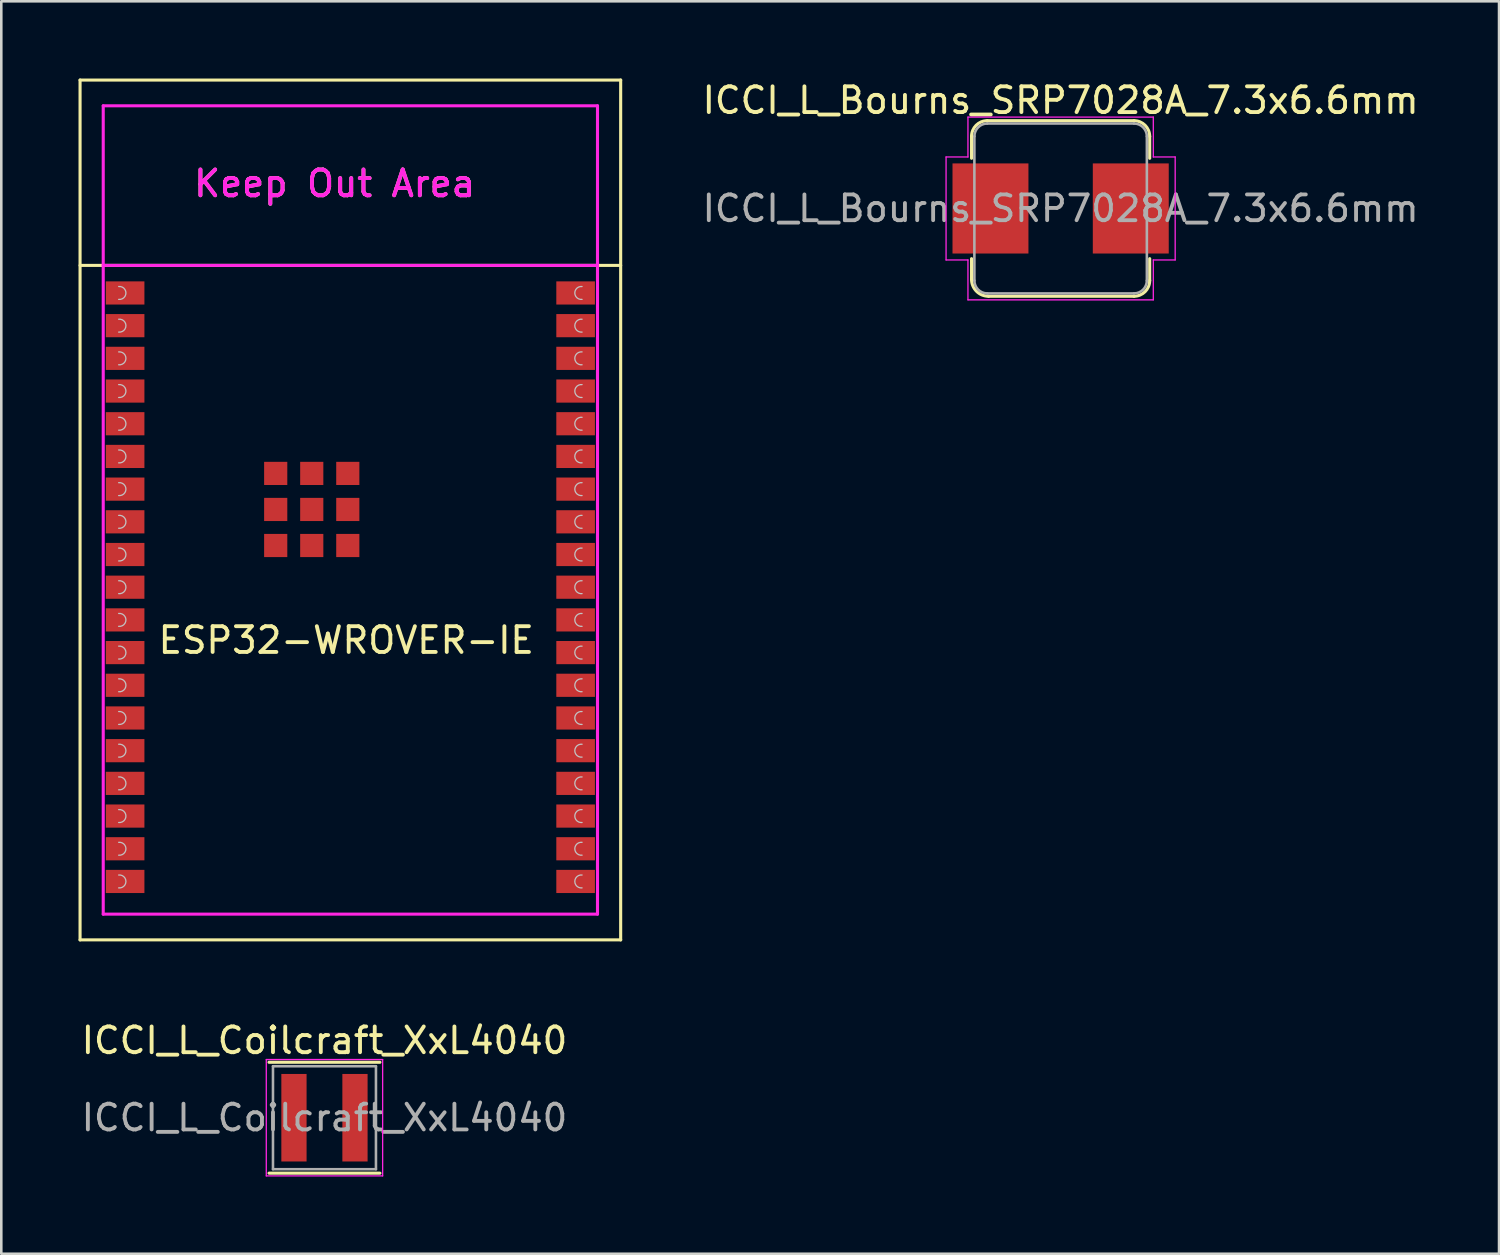
<source format=kicad_pcb>
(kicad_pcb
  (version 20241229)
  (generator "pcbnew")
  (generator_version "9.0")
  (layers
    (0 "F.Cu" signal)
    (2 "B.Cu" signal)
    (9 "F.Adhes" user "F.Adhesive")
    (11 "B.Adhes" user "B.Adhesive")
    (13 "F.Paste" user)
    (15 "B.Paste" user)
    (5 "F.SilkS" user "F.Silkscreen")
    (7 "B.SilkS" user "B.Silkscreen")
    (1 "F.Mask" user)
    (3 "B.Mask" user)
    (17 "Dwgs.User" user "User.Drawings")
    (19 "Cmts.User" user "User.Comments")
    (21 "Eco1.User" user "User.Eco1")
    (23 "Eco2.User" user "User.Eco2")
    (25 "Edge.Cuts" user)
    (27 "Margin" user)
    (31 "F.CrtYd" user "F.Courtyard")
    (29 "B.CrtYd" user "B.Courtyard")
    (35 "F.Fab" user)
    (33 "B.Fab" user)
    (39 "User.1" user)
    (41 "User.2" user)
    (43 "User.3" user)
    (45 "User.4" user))
  (footprint "ICCI_L_Bourns_SRP7028A_7.3x6.6mm"
    (layer "F.Cu")
    (at 38.15 5.048)
    (property "Reference" "ICCI_L_Bourns_SRP7028A_7.3x6.6mm" (at 0 -4.2 0) (layer "F.SilkS") (effects (font (size 1 1) (thickness 0.15))))
    (attr smd)
    (fp_line (start -3.46 -1.95) (end -3.46 -2.8) (stroke (width 0.12) (type solid)) (layer "F.SilkS"))
    (fp_line (start -3.46 2.75) (end -3.46 1.95) (stroke (width 0.12) (type solid)) (layer "F.SilkS"))
    (fp_line (start -2.85 -3.41) (end 2.85 -3.41) (stroke (width 0.12) (type solid)) (layer "F.SilkS"))
    (fp_line (start 2.85 3.41) (end -2.8 3.41) (stroke (width 0.12) (type solid)) (layer "F.SilkS"))
    (fp_line (start 3.46 -2.8) (end 3.46 -1.95) (stroke (width 0.12) (type solid)) (layer "F.SilkS"))
    (fp_line (start 3.46 1.95) (end 3.46 2.8) (stroke (width 0.12) (type solid)) (layer "F.SilkS"))
    (fp_arc (start -3.46 -2.8) (mid -3.281335 -3.231335) (end -2.85 -3.41) (stroke (width 0.12) (type solid)) (layer "F.SilkS"))
    (fp_arc (start -2.8 3.41) (mid -3.26669 3.21669) (end -3.46 2.75) (stroke (width 0.12) (type solid)) (layer "F.SilkS"))
    (fp_arc (start 2.85 -3.41) (mid 3.281335 -3.231335) (end 3.46 -2.8) (stroke (width 0.12) (type solid)) (layer "F.SilkS"))
    (fp_arc (start 3.46 2.8) (mid 3.281335 3.231335) (end 2.85 3.41) (stroke (width 0.12) (type solid)) (layer "F.SilkS"))
    (fp_line (start -4.45 -2) (end -3.6 -2) (stroke (width 0.05) (type solid)) (layer "F.CrtYd"))
    (fp_line (start -4.45 2) (end -4.45 -2) (stroke (width 0.05) (type solid)) (layer "F.CrtYd"))
    (fp_line (start -3.6 -3.55) (end 3.6 -3.55) (stroke (width 0.05) (type solid)) (layer "F.CrtYd"))
    (fp_line (start -3.6 -2) (end -3.6 -3.55) (stroke (width 0.05) (type solid)) (layer "F.CrtYd"))
    (fp_line (start -3.6 2) (end -4.45 2) (stroke (width 0.05) (type solid)) (layer "F.CrtYd"))
    (fp_line (start -3.6 3.55) (end -3.6 2) (stroke (width 0.05) (type solid)) (layer "F.CrtYd"))
    (fp_line (start 3.6 -3.55) (end 3.6 -2) (stroke (width 0.05) (type solid)) (layer "F.CrtYd"))
    (fp_line (start 3.6 -2) (end 4.45 -2) (stroke (width 0.05) (type solid)) (layer "F.CrtYd"))
    (fp_line (start 3.6 2) (end 3.6 3.55) (stroke (width 0.05) (type solid)) (layer "F.CrtYd"))
    (fp_line (start 3.6 3.55) (end -3.6 3.55) (stroke (width 0.05) (type solid)) (layer "F.CrtYd"))
    (fp_line (start 4.45 -2) (end 4.45 2) (stroke (width 0.05) (type solid)) (layer "F.CrtYd"))
    (fp_line (start 4.45 2) (end 3.6 2) (stroke (width 0.05) (type solid)) (layer "F.CrtYd"))
    (fp_line (start -3.35 2.8) (end -3.35 -2.8) (stroke (width 0.1) (type solid)) (layer "F.Fab"))
    (fp_line (start -2.85 -3.3) (end 2.85 -3.3) (stroke (width 0.1) (type solid)) (layer "F.Fab"))
    (fp_line (start 2.85 3.3) (end -2.85 3.3) (stroke (width 0.1) (type solid)) (layer "F.Fab"))
    (fp_line (start 3.35 -2.8) (end 3.35 2.8) (stroke (width 0.1) (type solid)) (layer "F.Fab"))
    (fp_arc (start -3.35 -2.8) (mid -3.203553 -3.153553) (end -2.85 -3.3) (stroke (width 0.1) (type solid)) (layer "F.Fab"))
    (fp_arc (start -2.85 3.3) (mid -3.203553 3.153553) (end -3.35 2.8) (stroke (width 0.1) (type solid)) (layer "F.Fab"))
    (fp_arc (start 2.85 -3.3) (mid 3.203553 -3.153553) (end 3.35 -2.8) (stroke (width 0.1) (type solid)) (layer "F.Fab"))
    (fp_arc (start 3.35 2.8) (mid 3.203553 3.153553) (end 2.85 3.3) (stroke (width 0.1) (type solid)) (layer "F.Fab"))
    (fp_text user "${REFERENCE}" (at 0 0 0) (layer "F.Fab") (effects (font (size 1 1) (thickness 0.15))))
    (pad "1" smd rect (at -2.725 0) (size 2.95 3.5) (layers "F.Cu" "F.Mask" "F.Paste"))
    (pad "2" smd rect (at 2.725 0) (size 2.95 3.5) (layers "F.Cu" "F.Mask" "F.Paste")))
  (footprint "ESP32-WROVER-IE"
    (layer "F.Cu")
    (at 10.56 19.76)
    (property "Reference" "ESP32-WROVER-IE" (at -0.16 2.06 0) (layer "F.SilkS") (effects (font (size 1 1) (thickness 0.15))))
    (attr through_hole)
    (fp_line (start -10.5 -19.7) (end -10.5 13.7) (stroke (width 0.12) (type solid)) (layer "F.SilkS"))
    (fp_line (start -10.5 13.7) (end 10.5 13.7) (stroke (width 0.12) (type solid)) (layer "F.SilkS"))
    (fp_line (start 10.5 -19.7) (end -10.5 -19.7) (stroke (width 0.12) (type solid)) (layer "F.SilkS"))
    (fp_line (start 10.5 -12.5) (end -10.5 -12.5) (stroke (width 0.12) (type solid)) (layer "F.SilkS"))
    (fp_line (start 10.5 13.7) (end 10.5 -19.7) (stroke (width 0.12) (type solid)) (layer "F.SilkS"))
    (fp_arc (start -9 -11.68) (mid -8.718206 -11.43) (end -9 -11.18) (stroke (width 0.05) (type solid)) (layer "Dwgs.User"))
    (fp_arc (start -9 -10.41) (mid -8.718206 -10.16) (end -9 -9.91) (stroke (width 0.05) (type solid)) (layer "Dwgs.User"))
    (fp_arc (start -9 -9.14) (mid -8.718206 -8.89) (end -9 -8.64) (stroke (width 0.05) (type solid)) (layer "Dwgs.User"))
    (fp_arc (start -9 -7.87) (mid -8.718206 -7.62) (end -9 -7.37) (stroke (width 0.05) (type solid)) (layer "Dwgs.User"))
    (fp_arc (start -9 -6.6) (mid -8.718206 -6.35) (end -9 -6.1) (stroke (width 0.05) (type solid)) (layer "Dwgs.User"))
    (fp_arc (start -9 -5.33) (mid -8.718206 -5.08) (end -9 -4.83) (stroke (width 0.05) (type solid)) (layer "Dwgs.User"))
    (fp_arc (start -9 -4.06) (mid -8.718206 -3.81) (end -9 -3.56) (stroke (width 0.05) (type solid)) (layer "Dwgs.User"))
    (fp_arc (start -9 -2.79) (mid -8.718206 -2.54) (end -9 -2.29) (stroke (width 0.05) (type solid)) (layer "Dwgs.User"))
    (fp_arc (start -9 -1.52) (mid -8.718206 -1.27) (end -9 -1.02) (stroke (width 0.05) (type solid)) (layer "Dwgs.User"))
    (fp_arc (start -9 -0.25) (mid -8.718206 0) (end -9 0.25) (stroke (width 0.05) (type solid)) (layer "Dwgs.User"))
    (fp_arc (start -9 1.02) (mid -8.718206 1.27) (end -9 1.52) (stroke (width 0.05) (type solid)) (layer "Dwgs.User"))
    (fp_arc (start -9 2.29) (mid -8.718206 2.54) (end -9 2.79) (stroke (width 0.05) (type solid)) (layer "Dwgs.User"))
    (fp_arc (start -9 3.56) (mid -8.718206 3.81) (end -9 4.06) (stroke (width 0.05) (type solid)) (layer "Dwgs.User"))
    (fp_arc (start -9 4.83) (mid -8.718206 5.08) (end -9 5.33) (stroke (width 0.05) (type solid)) (layer "Dwgs.User"))
    (fp_arc (start -9 6.1) (mid -8.718206 6.35) (end -9 6.6) (stroke (width 0.05) (type solid)) (layer "Dwgs.User"))
    (fp_arc (start -9 7.37) (mid -8.718206 7.62) (end -9 7.87) (stroke (width 0.05) (type solid)) (layer "Dwgs.User"))
    (fp_arc (start -9 8.64) (mid -8.718206 8.89) (end -9 9.14) (stroke (width 0.05) (type solid)) (layer "Dwgs.User"))
    (fp_arc (start -9 9.91) (mid -8.718206 10.16) (end -9 10.41) (stroke (width 0.05) (type solid)) (layer "Dwgs.User"))
    (fp_arc (start -9 11.18) (mid -8.718206 11.43) (end -9 11.68) (stroke (width 0.05) (type solid)) (layer "Dwgs.User"))
    (fp_arc (start 9 -11.18) (mid 8.718206 -11.43) (end 9 -11.68) (stroke (width 0.05) (type solid)) (layer "Dwgs.User"))
    (fp_arc (start 9 -9.91) (mid 8.718206 -10.16) (end 9 -10.41) (stroke (width 0.05) (type solid)) (layer "Dwgs.User"))
    (fp_arc (start 9 -8.64) (mid 8.718206 -8.89) (end 9 -9.14) (stroke (width 0.05) (type solid)) (layer "Dwgs.User"))
    (fp_arc (start 9 -7.37) (mid 8.718206 -7.62) (end 9 -7.87) (stroke (width 0.05) (type solid)) (layer "Dwgs.User"))
    (fp_arc (start 9 -6.1) (mid 8.718206 -6.35) (end 9 -6.6) (stroke (width 0.05) (type solid)) (layer "Dwgs.User"))
    (fp_arc (start 9 -4.83) (mid 8.718206 -5.08) (end 9 -5.33) (stroke (width 0.05) (type solid)) (layer "Dwgs.User"))
    (fp_arc (start 9 -3.56) (mid 8.718206 -3.81) (end 9 -4.06) (stroke (width 0.05) (type solid)) (layer "Dwgs.User"))
    (fp_arc (start 9 -2.29) (mid 8.718206 -2.54) (end 9 -2.79) (stroke (width 0.05) (type solid)) (layer "Dwgs.User"))
    (fp_arc (start 9 -1.02) (mid 8.718206 -1.27) (end 9 -1.52) (stroke (width 0.05) (type solid)) (layer "Dwgs.User"))
    (fp_arc (start 9 0.25) (mid 8.718206 0) (end 9 -0.25) (stroke (width 0.05) (type solid)) (layer "Dwgs.User"))
    (fp_arc (start 9 1.52) (mid 8.718206 1.27) (end 9 1.02) (stroke (width 0.05) (type solid)) (layer "Dwgs.User"))
    (fp_arc (start 9 2.79) (mid 8.718206 2.54) (end 9 2.29) (stroke (width 0.05) (type solid)) (layer "Dwgs.User"))
    (fp_arc (start 9 4.06) (mid 8.718206 3.81) (end 9 3.56) (stroke (width 0.05) (type solid)) (layer "Dwgs.User"))
    (fp_arc (start 9 5.33) (mid 8.718206 5.08) (end 9 4.83) (stroke (width 0.05) (type solid)) (layer "Dwgs.User"))
    (fp_arc (start 9 6.6) (mid 8.718206 6.35) (end 9 6.1) (stroke (width 0.05) (type solid)) (layer "Dwgs.User"))
    (fp_arc (start 9 7.87) (mid 8.718206 7.62) (end 9 7.37) (stroke (width 0.05) (type solid)) (layer "Dwgs.User"))
    (fp_arc (start 9 9.14) (mid 8.718206 8.89) (end 9 8.64) (stroke (width 0.05) (type solid)) (layer "Dwgs.User"))
    (fp_arc (start 9 10.41) (mid 8.718206 10.16) (end 9 9.91) (stroke (width 0.05) (type solid)) (layer "Dwgs.User"))
    (fp_arc (start 9 11.68) (mid 8.718206 11.43) (end 9 11.18) (stroke (width 0.05) (type solid)) (layer "Dwgs.User"))
    (fp_line (start -9.6 -18.7) (end 9.6 -18.7) (stroke (width 0.12) (type solid)) (layer "F.CrtYd"))
    (fp_line (start -9.6 12.7) (end -9.6 -18.7) (stroke (width 0.12) (type solid)) (layer "F.CrtYd"))
    (fp_line (start 9.6 -12.5) (end -9.6 -12.5) (stroke (width 0.12) (type solid)) (layer "F.CrtYd"))
    (fp_line (start 9.6 12.7) (end -9.6 12.7) (stroke (width 0.12) (type solid)) (layer "F.CrtYd"))
    (fp_line (start 9.6 12.7) (end 9.6 -18.7) (stroke (width 0.12) (type solid)) (layer "F.CrtYd"))
    (fp_text user "Keep Out Area" (at -0.61 -15.68 0) (layer "F.SilkS") (effects (font (size 1 1) (thickness 0.15))))
    (fp_text user "Keep Out Area" (at -0.61 -15.68 0) (layer "F.CrtYd") (effects (font (size 1 1) (thickness 0.15))))
    (pad "1" smd rect (at -8.75 -11.43) (size 1.5 0.9) (layers "F.Cu" "F.Mask" "F.Paste"))
    (pad "2" smd rect (at -8.75 -10.16) (size 1.5 0.9) (layers "F.Cu" "F.Mask" "F.Paste"))
    (pad "3" smd rect (at -8.75 -8.89) (size 1.5 0.9) (layers "F.Cu" "F.Mask" "F.Paste"))
    (pad "4" smd rect (at -8.75 -7.62) (size 1.5 0.9) (layers "F.Cu" "F.Mask" "F.Paste"))
    (pad "5" smd rect (at -8.75 -6.35) (size 1.5 0.9) (layers "F.Cu" "F.Mask" "F.Paste"))
    (pad "6" smd rect (at -8.75 -5.08) (size 1.5 0.9) (layers "F.Cu" "F.Mask" "F.Paste"))
    (pad "7" smd rect (at -8.75 -3.81) (size 1.5 0.9) (layers "F.Cu" "F.Mask" "F.Paste"))
    (pad "8" smd rect (at -8.75 -2.54) (size 1.5 0.9) (layers "F.Cu" "F.Mask" "F.Paste"))
    (pad "9" smd rect (at -8.75 -1.27) (size 1.5 0.9) (layers "F.Cu" "F.Mask" "F.Paste"))
    (pad "10" smd rect (at -8.75 0) (size 1.5 0.9) (layers "F.Cu" "F.Mask" "F.Paste"))
    (pad "11" smd rect (at -8.75 1.27) (size 1.5 0.9) (layers "F.Cu" "F.Mask" "F.Paste"))
    (pad "12" smd rect (at -8.75 2.54) (size 1.5 0.9) (layers "F.Cu" "F.Mask" "F.Paste"))
    (pad "13" smd rect (at -8.75 3.81) (size 1.5 0.9) (layers "F.Cu" "F.Mask" "F.Paste"))
    (pad "14" smd rect (at -8.75 5.08) (size 1.5 0.9) (layers "F.Cu" "F.Mask" "F.Paste"))
    (pad "15" smd rect (at -8.75 6.35) (size 1.5 0.9) (layers "F.Cu" "F.Mask" "F.Paste"))
    (pad "16" smd rect (at -8.75 7.62) (size 1.5 0.9) (layers "F.Cu" "F.Mask" "F.Paste"))
    (pad "17" smd rect (at -8.75 8.89) (size 1.5 0.9) (layers "F.Cu" "F.Mask" "F.Paste"))
    (pad "18" smd rect (at -8.75 10.16) (size 1.5 0.9) (layers "F.Cu" "F.Mask" "F.Paste"))
    (pad "19" smd rect (at -8.75 11.43) (size 1.5 0.9) (layers "F.Cu" "F.Mask" "F.Paste"))
    (pad "20" smd rect (at 8.75 11.43) (size 1.5 0.9) (layers "F.Cu" "F.Mask" "F.Paste"))
    (pad "21" smd rect (at 8.75 10.16) (size 1.5 0.9) (layers "F.Cu" "F.Mask" "F.Paste"))
    (pad "22" smd rect (at 8.75 8.89) (size 1.5 0.9) (layers "F.Cu" "F.Mask" "F.Paste"))
    (pad "23" smd rect (at 8.75 7.62) (size 1.5 0.9) (layers "F.Cu" "F.Mask" "F.Paste"))
    (pad "24" smd rect (at 8.75 6.35) (size 1.5 0.9) (layers "F.Cu" "F.Mask" "F.Paste"))
    (pad "25" smd rect (at 8.75 5.08) (size 1.5 0.9) (layers "F.Cu" "F.Mask" "F.Paste"))
    (pad "26" smd rect (at 8.75 3.81) (size 1.5 0.9) (layers "F.Cu" "F.Mask" "F.Paste"))
    (pad "27" smd rect (at 8.75 2.54) (size 1.5 0.9) (layers "F.Cu" "F.Mask" "F.Paste"))
    (pad "28" smd rect (at 8.75 1.27) (size 1.5 0.9) (layers "F.Cu" "F.Mask" "F.Paste"))
    (pad "29" smd rect (at 8.75 0) (size 1.5 0.9) (layers "F.Cu" "F.Mask" "F.Paste"))
    (pad "30" smd rect (at 8.75 -1.27) (size 1.5 0.9) (layers "F.Cu" "F.Mask" "F.Paste"))
    (pad "31" smd rect (at 8.75 -2.54) (size 1.5 0.9) (layers "F.Cu" "F.Mask" "F.Paste"))
    (pad "32" smd rect (at 8.75 -3.81) (size 1.5 0.9) (layers "F.Cu" "F.Mask" "F.Paste"))
    (pad "33" smd rect (at 8.75 -5.08) (size 1.5 0.9) (layers "F.Cu" "F.Mask" "F.Paste"))
    (pad "34" smd rect (at 8.75 -6.35) (size 1.5 0.9) (layers "F.Cu" "F.Mask" "F.Paste"))
    (pad "35" smd rect (at 8.75 -7.62) (size 1.5 0.9) (layers "F.Cu" "F.Mask" "F.Paste"))
    (pad "36" smd rect (at 8.75 -8.89) (size 1.5 0.9) (layers "F.Cu" "F.Mask" "F.Paste"))
    (pad "37" smd rect (at 8.75 -10.16) (size 1.5 0.9) (layers "F.Cu" "F.Mask" "F.Paste"))
    (pad "38" smd rect (at 8.75 -11.43) (size 1.5 0.9) (layers "F.Cu" "F.Mask" "F.Paste"))
    (pad "39" smd rect (at -2.9 -4.42) (size 0.9 0.9) (layers "F.Cu" "F.Mask" "F.Paste"))
    (pad "39" smd rect (at -2.9 -3.02) (size 0.9 0.9) (layers "F.Cu" "F.Mask" "F.Paste"))
    (pad "39" smd rect (at -2.9 -1.62) (size 0.9 0.9) (layers "F.Cu" "F.Mask" "F.Paste"))
    (pad "39" smd rect (at -1.5 -4.42) (size 0.9 0.9) (layers "F.Cu" "F.Mask" "F.Paste"))
    (pad "39" smd rect (at -1.5 -3.02) (size 0.9 0.9) (layers "F.Cu" "F.Mask" "F.Paste"))
    (pad "39" smd rect (at -1.5 -1.62) (size 0.9 0.9) (layers "F.Cu" "F.Mask" "F.Paste"))
    (pad "39" smd rect (at -0.1 -4.42) (size 0.9 0.9) (layers "F.Cu" "F.Mask" "F.Paste"))
    (pad "39" smd rect (at -0.1 -3.02) (size 0.9 0.9) (layers "F.Cu" "F.Mask" "F.Paste"))
    (pad "39" smd rect (at -0.1 -1.62) (size 0.9 0.9) (layers "F.Cu" "F.Mask" "F.Paste")))
  (footprint "ICCI_L_Coilcraft_XxL4040"
    (layer "F.Cu")
    (at 9.554 40.368)
    (property "Reference" "ICCI_L_Coilcraft_XxL4040" (at 0 -3 0) (layer "F.SilkS") (effects (font (size 1 1) (thickness 0.15))))
    (attr smd)
    (fp_line (start -2.154 -2.154) (end 2.154 -2.154) (stroke (width 0.12) (type solid)) (layer "F.SilkS"))
    (fp_line (start 2.154 2.154) (end -2.154 2.154) (stroke (width 0.12) (type solid)) (layer "F.SilkS"))
    (fp_line (start -2.26 -2.26) (end 2.26 -2.26) (stroke (width 0.05) (type solid)) (layer "F.CrtYd"))
    (fp_line (start -2.26 2.26) (end -2.26 -2.26) (stroke (width 0.05) (type solid)) (layer "F.CrtYd"))
    (fp_line (start 2.26 -2.26) (end 2.26 2.26) (stroke (width 0.05) (type solid)) (layer "F.CrtYd"))
    (fp_line (start 2.26 2.26) (end -2.26 2.26) (stroke (width 0.05) (type solid)) (layer "F.CrtYd"))
    (fp_line (start -2 -2) (end 2 -2) (stroke (width 0.1) (type solid)) (layer "F.Fab"))
    (fp_line (start -2 2) (end -2 -2) (stroke (width 0.1) (type solid)) (layer "F.Fab"))
    (fp_line (start 2 -2) (end 2 2) (stroke (width 0.1) (type solid)) (layer "F.Fab"))
    (fp_line (start 2 2) (end -2 2) (stroke (width 0.1) (type solid)) (layer "F.Fab"))
    (fp_text user "${REFERENCE}" (at 0 0 0) (layer "F.Fab") (effects (font (size 1 1) (thickness 0.15))))
    (pad "1" smd rect (at -1.185 0) (size 0.98 3.4) (layers "F.Cu" "F.Mask" "F.Paste"))
    (pad "2" smd rect (at 1.185 0) (size 0.98 3.4) (layers "F.Cu" "F.Mask" "F.Paste")))
  (gr_rect
    (start -3 -3)
    (end 55.18 45.653)
    (stroke (width 0.1) (type default))
    (fill no)
    (layer "Edge.Cuts")))
</source>
